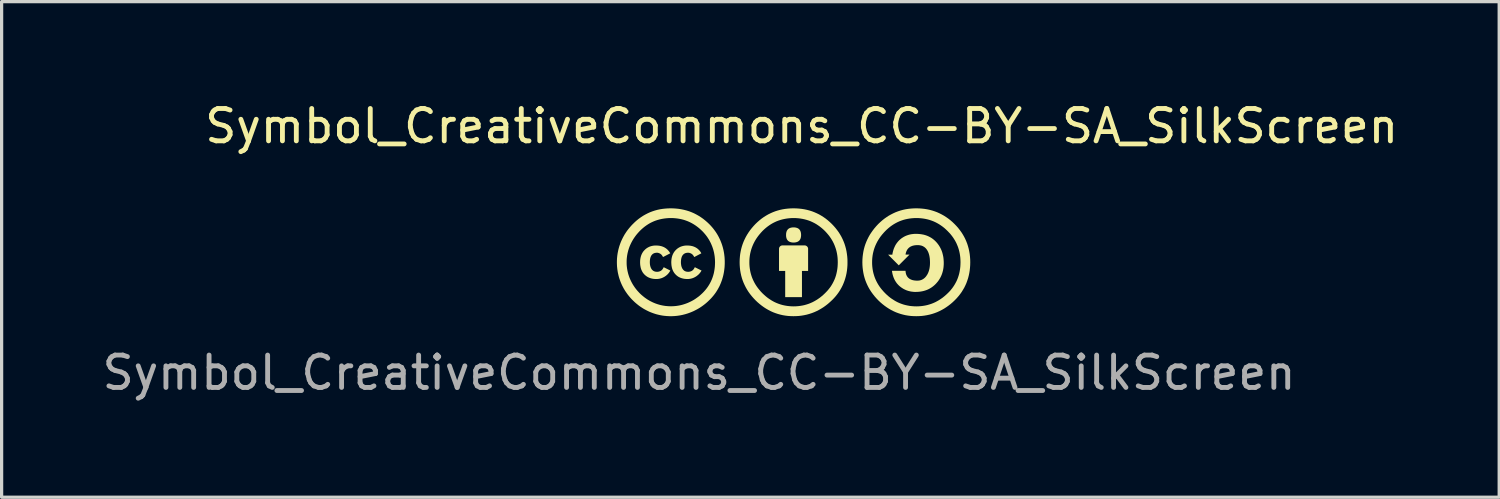
<source format=kicad_pcb>
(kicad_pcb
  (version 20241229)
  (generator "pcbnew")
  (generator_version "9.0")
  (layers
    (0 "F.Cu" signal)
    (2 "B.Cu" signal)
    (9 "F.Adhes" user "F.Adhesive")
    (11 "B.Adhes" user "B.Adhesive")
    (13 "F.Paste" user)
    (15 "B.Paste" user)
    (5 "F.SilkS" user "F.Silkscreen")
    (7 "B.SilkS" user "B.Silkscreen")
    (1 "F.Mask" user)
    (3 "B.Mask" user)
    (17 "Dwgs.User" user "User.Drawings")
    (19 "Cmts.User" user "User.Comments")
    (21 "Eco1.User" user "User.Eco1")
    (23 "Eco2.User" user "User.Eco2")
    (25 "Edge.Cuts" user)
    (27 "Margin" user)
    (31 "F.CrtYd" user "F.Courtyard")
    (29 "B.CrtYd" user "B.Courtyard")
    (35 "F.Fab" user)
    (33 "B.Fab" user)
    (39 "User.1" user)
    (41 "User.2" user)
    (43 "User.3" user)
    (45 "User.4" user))
  (footprint "Symbol_CreativeCommons_CC-BY-SA_SilkScreen"
    (layer "F.Cu")
    (at 16.014 3.388)
    (property "Reference" "Symbol_CreativeCommons_CC-BY-SA_SilkScreen" (at 5.712 -2.54 0) (unlocked yes) (layer "F.SilkS") (effects (font (size 1 1) (thickness 0.15))))
    (attr smd)
    (fp_poly (pts (xy 5.807 1.146) (xy 5.812 1.146) (xy 5.817 1.147) (xy 5.822 1.148) (xy 5.827 1.149) (xy 5.832 1.15) (xy 5.837 1.152) (xy 5.842 1.154) (xy 5.846 1.156) (xy 5.851 1.158) (xy 5.855 1.161) (xy 5.86 1.163) (xy 5.864 1.166) (xy 5.868 1.17) (xy 5.872 1.173) (xy 5.877 1.177) (xy 5.88 1.181) (xy 5.884 1.185) (xy 5.888 1.189) (xy 5.891 1.194) (xy 5.894 1.198) (xy 5.896 1.202) (xy 5.899 1.207) (xy 5.901 1.212) (xy 5.903 1.216) (xy 5.905 1.221) (xy 5.906 1.226) (xy 5.907 1.231) (xy 5.908 1.237) (xy 5.909 1.242) (xy 5.909 1.247) (xy 5.909 1.253) (xy 5.909 1.934) (xy 5.719 1.934) (xy 5.719 2.744) (xy 5.201 2.744) (xy 5.201 1.935) (xy 5.01 1.935) (xy 5.01 1.253) (xy 5.011 1.247) (xy 5.011 1.242) (xy 5.012 1.237) (xy 5.012 1.231) (xy 5.014 1.226) (xy 5.015 1.221) (xy 5.016 1.216) (xy 5.018 1.212) (xy 5.02 1.207) (xy 5.023 1.202) (xy 5.025 1.198) (xy 5.028 1.194) (xy 5.031 1.189) (xy 5.034 1.185) (xy 5.038 1.181) (xy 5.042 1.177) (xy 5.046 1.173) (xy 5.05 1.17) (xy 5.054 1.166) (xy 5.058 1.163) (xy 5.063 1.161) (xy 5.067 1.158) (xy 5.072 1.156) (xy 5.076 1.154) (xy 5.081 1.152) (xy 5.086 1.15) (xy 5.091 1.149) (xy 5.096 1.148) (xy 5.101 1.147) (xy 5.107 1.146) (xy 5.112 1.146) (xy 5.118 1.146) (xy 5.802 1.146)) (stroke (width 0) (type solid)) (fill yes) (layer "F.SilkS"))
    (fp_poly (pts (xy 5.474 0.59) (xy 5.488 0.59) (xy 5.501 0.591) (xy 5.514 0.593) (xy 5.527 0.595) (xy 5.539 0.598) (xy 5.55 0.601) (xy 5.561 0.604) (xy 5.572 0.608) (xy 5.582 0.612) (xy 5.592 0.617) (xy 5.601 0.622) (xy 5.61 0.628) (xy 5.619 0.634) (xy 5.626 0.641) (xy 5.634 0.648) (xy 5.641 0.656) (xy 5.648 0.664) (xy 5.654 0.672) (xy 5.659 0.681) (xy 5.665 0.691) (xy 5.669 0.7) (xy 5.674 0.711) (xy 5.677 0.722) (xy 5.681 0.733) (xy 5.684 0.745) (xy 5.686 0.757) (xy 5.688 0.769) (xy 5.69 0.782) (xy 5.691 0.796) (xy 5.692 0.81) (xy 5.692 0.824) (xy 5.692 0.839) (xy 5.691 0.853) (xy 5.69 0.866) (xy 5.688 0.879) (xy 5.686 0.891) (xy 5.684 0.903) (xy 5.681 0.915) (xy 5.677 0.926) (xy 5.674 0.937) (xy 5.669 0.947) (xy 5.664 0.957) (xy 5.659 0.966) (xy 5.654 0.975) (xy 5.647 0.983) (xy 5.641 0.991) (xy 5.634 0.999) (xy 5.626 1.006) (xy 5.618 1.012) (xy 5.61 1.018) (xy 5.601 1.024) (xy 5.592 1.029) (xy 5.582 1.034) (xy 5.572 1.038) (xy 5.561 1.042) (xy 5.55 1.045) (xy 5.539 1.048) (xy 5.527 1.051) (xy 5.514 1.053) (xy 5.501 1.055) (xy 5.488 1.056) (xy 5.474 1.056) (xy 5.46 1.057) (xy 5.446 1.056) (xy 5.432 1.056) (xy 5.418 1.055) (xy 5.405 1.053) (xy 5.393 1.051) (xy 5.381 1.048) (xy 5.369 1.045) (xy 5.358 1.042) (xy 5.348 1.038) (xy 5.337 1.034) (xy 5.328 1.029) (xy 5.318 1.024) (xy 5.309 1.018) (xy 5.301 1.012) (xy 5.293 1.006) (xy 5.286 0.999) (xy 5.279 0.991) (xy 5.272 0.983) (xy 5.266 0.975) (xy 5.26 0.966) (xy 5.255 0.957) (xy 5.25 0.947) (xy 5.246 0.937) (xy 5.242 0.926) (xy 5.239 0.915) (xy 5.236 0.903) (xy 5.233 0.891) (xy 5.231 0.879) (xy 5.23 0.866) (xy 5.229 0.853) (xy 5.228 0.839) (xy 5.228 0.824) (xy 5.229 0.796) (xy 5.23 0.782) (xy 5.231 0.769) (xy 5.233 0.757) (xy 5.236 0.745) (xy 5.239 0.733) (xy 5.242 0.722) (xy 5.246 0.711) (xy 5.25 0.7) (xy 5.255 0.691) (xy 5.26 0.681) (xy 5.266 0.672) (xy 5.272 0.664) (xy 5.279 0.656) (xy 5.286 0.648) (xy 5.293 0.641) (xy 5.301 0.634) (xy 5.309 0.628) (xy 5.318 0.622) (xy 5.328 0.617) (xy 5.337 0.612) (xy 5.348 0.608) (xy 5.358 0.604) (xy 5.369 0.601) (xy 5.381 0.598) (xy 5.393 0.595) (xy 5.405 0.593) (xy 5.418 0.591) (xy 5.432 0.59) (xy 5.445 0.59) (xy 5.46 0.589)) (stroke (width 0) (type solid)) (fill yes) (layer "F.SilkS"))
    (fp_poly (pts (xy 1.243 1.15) (xy 1.28 1.153) (xy 1.315 1.157) (xy 1.349 1.164) (xy 1.382 1.172) (xy 1.413 1.183) (xy 1.443 1.195) (xy 1.471 1.209) (xy 1.498 1.225) (xy 1.524 1.243) (xy 1.548 1.263) (xy 1.571 1.284) (xy 1.592 1.308) (xy 1.613 1.333) (xy 1.631 1.361) (xy 1.649 1.39) (xy 1.425 1.506) (xy 1.421 1.497) (xy 1.416 1.488) (xy 1.411 1.48) (xy 1.407 1.472) (xy 1.402 1.464) (xy 1.396 1.457) (xy 1.391 1.45) (xy 1.386 1.443) (xy 1.38 1.436) (xy 1.374 1.43) (xy 1.369 1.425) (xy 1.363 1.42) (xy 1.357 1.415) (xy 1.35 1.41) (xy 1.344 1.406) (xy 1.338 1.402) (xy 1.331 1.398) (xy 1.325 1.395) (xy 1.318 1.392) (xy 1.312 1.389) (xy 1.306 1.386) (xy 1.3 1.384) (xy 1.294 1.382) (xy 1.287 1.38) (xy 1.281 1.378) (xy 1.275 1.376) (xy 1.27 1.375) (xy 1.264 1.374) (xy 1.258 1.373) (xy 1.252 1.373) (xy 1.247 1.372) (xy 1.241 1.372) (xy 1.227 1.372) (xy 1.214 1.373) (xy 1.201 1.375) (xy 1.189 1.377) (xy 1.177 1.379) (xy 1.165 1.382) (xy 1.154 1.386) (xy 1.143 1.391) (xy 1.133 1.395) (xy 1.123 1.401) (xy 1.114 1.407) (xy 1.105 1.414) (xy 1.096 1.421) (xy 1.088 1.429) (xy 1.081 1.437) (xy 1.074 1.446) (xy 1.067 1.455) (xy 1.06 1.465) (xy 1.055 1.476) (xy 1.049 1.487) (xy 1.044 1.499) (xy 1.04 1.511) (xy 1.035 1.524) (xy 1.032 1.538) (xy 1.028 1.552) (xy 1.026 1.567) (xy 1.023 1.582) (xy 1.021 1.598) (xy 1.02 1.614) (xy 1.019 1.631) (xy 1.018 1.649) (xy 1.018 1.667) (xy 1.018 1.683) (xy 1.019 1.699) (xy 1.02 1.715) (xy 1.021 1.73) (xy 1.023 1.745) (xy 1.026 1.76) (xy 1.029 1.774) (xy 1.032 1.787) (xy 1.036 1.8) (xy 1.04 1.813) (xy 1.044 1.826) (xy 1.05 1.837) (xy 1.055 1.849) (xy 1.061 1.86) (xy 1.067 1.871) (xy 1.074 1.881) (xy 1.081 1.891) (xy 1.089 1.9) (xy 1.097 1.908) (xy 1.106 1.916) (xy 1.11 1.92) (xy 1.115 1.923) (xy 1.119 1.927) (xy 1.124 1.93) (xy 1.129 1.933) (xy 1.134 1.936) (xy 1.139 1.939) (xy 1.144 1.941) (xy 1.155 1.946) (xy 1.166 1.95) (xy 1.177 1.954) (xy 1.189 1.956) (xy 1.202 1.959) (xy 1.214 1.96) (xy 1.227 1.961) (xy 1.241 1.961) (xy 1.259 1.961) (xy 1.276 1.959) (xy 1.293 1.956) (xy 1.308 1.952) (xy 1.324 1.947) (xy 1.338 1.941) (xy 1.352 1.934) (xy 1.365 1.926) (xy 1.378 1.916) (xy 1.39 1.906) (xy 1.401 1.894) (xy 1.411 1.881) (xy 1.421 1.867) (xy 1.43 1.852) (xy 1.439 1.836) (xy 1.446 1.819) (xy 1.652 1.923) (xy 1.643 1.938) (xy 1.635 1.952) (xy 1.625 1.967) (xy 1.616 1.98) (xy 1.606 1.994) (xy 1.595 2.007) (xy 1.585 2.02) (xy 1.574 2.032) (xy 1.562 2.044) (xy 1.55 2.055) (xy 1.538 2.066) (xy 1.525 2.076) (xy 1.512 2.087) (xy 1.498 2.096) (xy 1.484 2.106) (xy 1.47 2.115) (xy 1.456 2.123) (xy 1.441 2.131) (xy 1.426 2.138) (xy 1.411 2.145) (xy 1.395 2.152) (xy 1.38 2.157) (xy 1.364 2.163) (xy 1.348 2.167) (xy 1.332 2.171) (xy 1.316 2.175) (xy 1.299 2.178) (xy 1.283 2.18) (xy 1.266 2.182) (xy 1.249 2.184) (xy 1.232 2.184) (xy 1.214 2.185) (xy 1.187 2.184) (xy 1.16 2.182) (xy 1.133 2.18) (xy 1.108 2.176) (xy 1.083 2.171) (xy 1.059 2.165) (xy 1.035 2.158) (xy 1.013 2.15) (xy 0.99 2.141) (xy 0.969 2.131) (xy 0.948 2.12) (xy 0.928 2.108) (xy 0.908 2.094) (xy 0.89 2.08) (xy 0.871 2.064) (xy 0.854 2.048) (xy 0.837 2.03) (xy 0.822 2.012) (xy 0.807 1.993) (xy 0.794 1.973) (xy 0.782 1.952) (xy 0.771 1.93) (xy 0.76 1.907) (xy 0.751 1.884) (xy 0.743 1.86) (xy 0.736 1.835) (xy 0.731 1.809) (xy 0.726 1.782) (xy 0.722 1.755) (xy 0.719 1.726) (xy 0.718 1.697) (xy 0.717 1.667) (xy 0.718 1.637) (xy 0.719 1.609) (xy 0.722 1.581) (xy 0.726 1.554) (xy 0.731 1.528) (xy 0.737 1.502) (xy 0.744 1.477) (xy 0.752 1.453) (xy 0.761 1.43) (xy 0.771 1.408) (xy 0.783 1.386) (xy 0.795 1.365) (xy 0.808 1.345) (xy 0.823 1.325) (xy 0.839 1.307) (xy 0.856 1.289) (xy 0.873 1.272) (xy 0.891 1.256) (xy 0.91 1.241) (xy 0.929 1.228) (xy 0.949 1.215) (xy 0.97 1.204) (xy 0.991 1.193) (xy 1.012 1.184) (xy 1.034 1.176) (xy 1.057 1.169) (xy 1.08 1.163) (xy 1.104 1.158) (xy 1.129 1.154) (xy 1.154 1.151) (xy 1.179 1.15) (xy 1.205 1.149)) (stroke (width 0) (type solid)) (fill yes) (layer "F.SilkS"))
    (fp_poly (pts (xy 2.208 1.15) (xy 2.244 1.153) (xy 2.279 1.157) (xy 2.313 1.164) (xy 2.346 1.172) (xy 2.377 1.183) (xy 2.406 1.195) (xy 2.434 1.209) (xy 2.461 1.225) (xy 2.487 1.243) (xy 2.511 1.263) (xy 2.533 1.284) (xy 2.555 1.308) (xy 2.575 1.333) (xy 2.593 1.361) (xy 2.61 1.39) (xy 2.39 1.506) (xy 2.385 1.497) (xy 2.381 1.488) (xy 2.376 1.48) (xy 2.371 1.472) (xy 2.366 1.464) (xy 2.361 1.457) (xy 2.355 1.45) (xy 2.35 1.443) (xy 2.344 1.436) (xy 2.339 1.43) (xy 2.333 1.425) (xy 2.327 1.42) (xy 2.321 1.415) (xy 2.315 1.41) (xy 2.308 1.406) (xy 2.302 1.402) (xy 2.295 1.398) (xy 2.289 1.395) (xy 2.283 1.392) (xy 2.276 1.389) (xy 2.27 1.386) (xy 2.263 1.384) (xy 2.257 1.382) (xy 2.251 1.38) (xy 2.245 1.378) (xy 2.239 1.376) (xy 2.232 1.375) (xy 2.226 1.374) (xy 2.22 1.373) (xy 2.214 1.373) (xy 2.208 1.372) (xy 2.202 1.372) (xy 2.189 1.372) (xy 2.175 1.373) (xy 2.162 1.375) (xy 2.15 1.377) (xy 2.138 1.379) (xy 2.126 1.382) (xy 2.115 1.386) (xy 2.105 1.391) (xy 2.094 1.395) (xy 2.085 1.401) (xy 2.075 1.407) (xy 2.066 1.414) (xy 2.058 1.421) (xy 2.05 1.429) (xy 2.042 1.437) (xy 2.035 1.446) (xy 2.028 1.455) (xy 2.022 1.465) (xy 2.016 1.476) (xy 2.01 1.487) (xy 2.005 1.499) (xy 2.001 1.511) (xy 1.997 1.524) (xy 1.993 1.538) (xy 1.99 1.552) (xy 1.987 1.567) (xy 1.984 1.582) (xy 1.983 1.598) (xy 1.981 1.614) (xy 1.98 1.631) (xy 1.979 1.649) (xy 1.979 1.667) (xy 1.979 1.683) (xy 1.98 1.699) (xy 1.981 1.715) (xy 1.983 1.73) (xy 1.985 1.745) (xy 1.987 1.76) (xy 1.99 1.774) (xy 1.993 1.787) (xy 1.997 1.8) (xy 2.001 1.813) (xy 2.006 1.826) (xy 2.011 1.837) (xy 2.016 1.849) (xy 2.022 1.86) (xy 2.029 1.871) (xy 2.036 1.881) (xy 2.043 1.891) (xy 2.051 1.9) (xy 2.059 1.908) (xy 2.063 1.912) (xy 2.067 1.916) (xy 2.072 1.92) (xy 2.076 1.923) (xy 2.081 1.927) (xy 2.085 1.93) (xy 2.09 1.933) (xy 2.095 1.936) (xy 2.1 1.939) (xy 2.105 1.941) (xy 2.116 1.946) (xy 2.127 1.95) (xy 2.139 1.954) (xy 2.151 1.956) (xy 2.163 1.959) (xy 2.176 1.96) (xy 2.189 1.961) (xy 2.202 1.961) (xy 2.22 1.961) (xy 2.237 1.959) (xy 2.254 1.956) (xy 2.27 1.952) (xy 2.285 1.947) (xy 2.299 1.941) (xy 2.313 1.934) (xy 2.326 1.926) (xy 2.339 1.916) (xy 2.351 1.906) (xy 2.362 1.894) (xy 2.372 1.881) (xy 2.382 1.867) (xy 2.391 1.852) (xy 2.4 1.836) (xy 2.408 1.819) (xy 2.616 1.923) (xy 2.607 1.938) (xy 2.598 1.952) (xy 2.589 1.967) (xy 2.579 1.98) (xy 2.568 1.994) (xy 2.558 2.007) (xy 2.547 2.02) (xy 2.536 2.032) (xy 2.524 2.044) (xy 2.512 2.055) (xy 2.499 2.066) (xy 2.486 2.076) (xy 2.473 2.087) (xy 2.46 2.096) (xy 2.446 2.106) (xy 2.431 2.115) (xy 2.417 2.123) (xy 2.402 2.131) (xy 2.387 2.138) (xy 2.372 2.145) (xy 2.357 2.152) (xy 2.341 2.157) (xy 2.326 2.163) (xy 2.31 2.167) (xy 2.294 2.171) (xy 2.278 2.175) (xy 2.262 2.178) (xy 2.246 2.18) (xy 2.229 2.182) (xy 2.212 2.184) (xy 2.196 2.184) (xy 2.178 2.185) (xy 2.151 2.184) (xy 2.123 2.182) (xy 2.097 2.18) (xy 2.071 2.176) (xy 2.046 2.171) (xy 2.022 2.165) (xy 1.998 2.158) (xy 1.975 2.15) (xy 1.953 2.141) (xy 1.931 2.131) (xy 1.91 2.12) (xy 1.89 2.108) (xy 1.871 2.094) (xy 1.852 2.08) (xy 1.834 2.064) (xy 1.817 2.048) (xy 1.801 2.03) (xy 1.785 2.012) (xy 1.771 1.993) (xy 1.758 1.973) (xy 1.745 1.952) (xy 1.734 1.93) (xy 1.724 1.907) (xy 1.715 1.884) (xy 1.707 1.86) (xy 1.7 1.835) (xy 1.695 1.809) (xy 1.69 1.782) (xy 1.686 1.755) (xy 1.684 1.726) (xy 1.682 1.697) (xy 1.681 1.667) (xy 1.682 1.637) (xy 1.684 1.609) (xy 1.686 1.581) (xy 1.69 1.554) (xy 1.695 1.528) (xy 1.701 1.502) (xy 1.708 1.477) (xy 1.716 1.453) (xy 1.725 1.43) (xy 1.736 1.408) (xy 1.747 1.386) (xy 1.759 1.365) (xy 1.773 1.345) (xy 1.787 1.325) (xy 1.803 1.307) (xy 1.82 1.289) (xy 1.837 1.272) (xy 1.856 1.256) (xy 1.874 1.241) (xy 1.894 1.228) (xy 1.913 1.215) (xy 1.934 1.204) (xy 1.955 1.193) (xy 1.976 1.184) (xy 1.999 1.176) (xy 2.021 1.169) (xy 2.045 1.163) (xy 2.068 1.158) (xy 2.093 1.154) (xy 2.118 1.151) (xy 2.143 1.15) (xy 2.17 1.149)) (stroke (width 0) (type solid)) (fill yes) (layer "F.SilkS"))
    (fp_poly (pts (xy 9.292 0.79) (xy 9.34 0.793) (xy 9.386 0.798) (xy 9.43 0.805) (xy 9.474 0.813) (xy 9.516 0.824) (xy 9.557 0.837) (xy 9.597 0.852) (xy 9.635 0.869) (xy 9.672 0.888) (xy 9.708 0.908) (xy 9.743 0.931) (xy 9.776 0.956) (xy 9.808 0.982) (xy 9.839 1.011) (xy 9.869 1.042) (xy 9.897 1.074) (xy 9.923 1.107) (xy 9.948 1.142) (xy 9.97 1.177) (xy 9.991 1.214) (xy 10.01 1.251) (xy 10.028 1.29) (xy 10.043 1.33) (xy 10.057 1.371) (xy 10.068 1.414) (xy 10.078 1.457) (xy 10.087 1.501) (xy 10.093 1.547) (xy 10.097 1.594) (xy 10.1 1.642) (xy 10.101 1.69) (xy 10.1 1.738) (xy 10.097 1.784) (xy 10.093 1.83) (xy 10.086 1.874) (xy 10.078 1.918) (xy 10.067 1.96) (xy 10.055 2.002) (xy 10.041 2.042) (xy 10.025 2.081) (xy 10.007 2.12) (xy 9.987 2.157) (xy 9.966 2.193) (xy 9.942 2.229) (xy 9.917 2.263) (xy 9.889 2.296) (xy 9.86 2.329) (xy 9.829 2.36) (xy 9.798 2.388) (xy 9.765 2.415) (xy 9.731 2.44) (xy 9.695 2.463) (xy 9.659 2.484) (xy 9.622 2.503) (xy 9.583 2.52) (xy 9.544 2.534) (xy 9.503 2.547) (xy 9.461 2.558) (xy 9.418 2.567) (xy 9.374 2.574) (xy 9.329 2.579) (xy 9.282 2.582) (xy 9.235 2.583) (xy 9.2 2.583) (xy 9.166 2.581) (xy 9.132 2.577) (xy 9.098 2.573) (xy 9.066 2.567) (xy 9.034 2.559) (xy 9.002 2.551) (xy 8.972 2.541) (xy 8.941 2.53) (xy 8.912 2.517) (xy 8.883 2.503) (xy 8.854 2.488) (xy 8.827 2.471) (xy 8.799 2.453) (xy 8.773 2.434) (xy 8.747 2.414) (xy 8.722 2.392) (xy 8.698 2.369) (xy 8.676 2.345) (xy 8.654 2.32) (xy 8.635 2.294) (xy 8.616 2.266) (xy 8.599 2.238) (xy 8.582 2.208) (xy 8.568 2.178) (xy 8.554 2.146) (xy 8.542 2.113) (xy 8.531 2.079) (xy 8.521 2.044) (xy 8.513 2.007) (xy 8.506 1.97) (xy 8.5 1.931) (xy 8.92 1.931) (xy 8.921 1.95) (xy 8.923 1.968) (xy 8.925 1.986) (xy 8.929 2.003) (xy 8.932 2.019) (xy 8.937 2.035) (xy 8.942 2.05) (xy 8.948 2.064) (xy 8.955 2.078) (xy 8.962 2.092) (xy 8.97 2.104) (xy 8.978 2.116) (xy 8.987 2.128) (xy 8.997 2.139) (xy 9.007 2.149) (xy 9.019 2.159) (xy 9.03 2.168) (xy 9.043 2.177) (xy 9.056 2.185) (xy 9.07 2.192) (xy 9.084 2.199) (xy 9.099 2.205) (xy 9.115 2.211) (xy 9.131 2.216) (xy 9.148 2.221) (xy 9.166 2.224) (xy 9.184 2.228) (xy 9.203 2.23) (xy 9.223 2.232) (xy 9.243 2.234) (xy 9.264 2.235) (xy 9.286 2.235) (xy 9.307 2.234) (xy 9.329 2.233) (xy 9.349 2.23) (xy 9.369 2.226) (xy 9.389 2.22) (xy 9.408 2.214) (xy 9.426 2.206) (xy 9.444 2.197) (xy 9.462 2.187) (xy 9.478 2.176) (xy 9.495 2.163) (xy 9.511 2.15) (xy 9.526 2.135) (xy 9.541 2.119) (xy 9.555 2.102) (xy 9.568 2.083) (xy 9.581 2.064) (xy 9.594 2.044) (xy 9.605 2.023) (xy 9.615 2.001) (xy 9.625 1.979) (xy 9.634 1.955) (xy 9.642 1.931) (xy 9.649 1.906) (xy 9.655 1.881) (xy 9.661 1.854) (xy 9.665 1.827) (xy 9.669 1.799) (xy 9.672 1.77) (xy 9.674 1.74) (xy 9.675 1.71) (xy 9.676 1.679) (xy 9.675 1.646) (xy 9.674 1.614) (xy 9.672 1.584) (xy 9.67 1.554) (xy 9.666 1.525) (xy 9.662 1.498) (xy 9.657 1.471) (xy 9.651 1.445) (xy 9.645 1.421) (xy 9.637 1.397) (xy 9.629 1.374) (xy 9.62 1.352) (xy 9.611 1.332) (xy 9.6 1.312) (xy 9.589 1.293) (xy 9.577 1.275) (xy 9.565 1.259) (xy 9.552 1.243) (xy 9.538 1.228) (xy 9.523 1.215) (xy 9.508 1.202) (xy 9.492 1.191) (xy 9.475 1.181) (xy 9.458 1.171) (xy 9.44 1.163) (xy 9.421 1.156) (xy 9.402 1.15) (xy 9.382 1.146) (xy 9.361 1.142) (xy 9.339 1.139) (xy 9.317 1.137) (xy 9.295 1.137) (xy 9.254 1.138) (xy 9.216 1.141) (xy 9.18 1.147) (xy 9.146 1.155) (xy 9.13 1.16) (xy 9.115 1.166) (xy 9.1 1.172) (xy 9.086 1.178) (xy 9.072 1.185) (xy 9.059 1.193) (xy 9.046 1.202) (xy 9.034 1.211) (xy 9.023 1.22) (xy 9.012 1.23) (xy 9.002 1.241) (xy 8.992 1.252) (xy 8.983 1.264) (xy 8.974 1.276) (xy 8.966 1.289) (xy 8.959 1.303) (xy 8.952 1.317) (xy 8.946 1.331) (xy 8.94 1.347) (xy 8.935 1.362) (xy 8.93 1.379) (xy 8.926 1.396) (xy 8.92 1.431) (xy 9.042 1.431) (xy 8.711 1.762) (xy 8.381 1.431) (xy 8.512 1.432) (xy 8.518 1.394) (xy 8.526 1.357) (xy 8.535 1.321) (xy 8.545 1.287) (xy 8.556 1.253) (xy 8.569 1.221) (xy 8.583 1.19) (xy 8.597 1.16) (xy 8.613 1.13) (xy 8.631 1.102) (xy 8.649 1.075) (xy 8.669 1.05) (xy 8.689 1.025) (xy 8.711 1.001) (xy 8.734 0.978) (xy 8.759 0.957) (xy 8.784 0.936) (xy 8.81 0.917) (xy 8.837 0.9) (xy 8.864 0.883) (xy 8.892 0.868) (xy 8.921 0.854) (xy 8.95 0.842) (xy 8.98 0.831) (xy 9.01 0.821) (xy 9.042 0.812) (xy 9.074 0.805) (xy 9.106 0.799) (xy 9.14 0.795) (xy 9.174 0.791) (xy 9.209 0.789) (xy 9.244 0.789)) (stroke (width 0) (type solid)) (fill yes) (layer "F.SilkS"))
    (fp_poly (pts (xy 9.337 0.002) (xy 9.421 0.008) (xy 9.505 0.017) (xy 9.586 0.03) (xy 9.666 0.047) (xy 9.744 0.068) (xy 9.821 0.093) (xy 9.896 0.121) (xy 9.969 0.154) (xy 10.04 0.19) (xy 10.11 0.229) (xy 10.178 0.273) (xy 10.245 0.32) (xy 10.31 0.371) (xy 10.373 0.426) (xy 10.434 0.485) (xy 10.493 0.546) (xy 10.548 0.609) (xy 10.599 0.674) (xy 10.647 0.74) (xy 10.69 0.808) (xy 10.73 0.877) (xy 10.766 0.949) (xy 10.798 1.022) (xy 10.827 1.096) (xy 10.851 1.173) (xy 10.872 1.251) (xy 10.889 1.331) (xy 10.903 1.412) (xy 10.912 1.495) (xy 10.918 1.58) (xy 10.92 1.667) (xy 10.918 1.753) (xy 10.912 1.838) (xy 10.903 1.921) (xy 10.89 2.002) (xy 10.873 2.082) (xy 10.853 2.159) (xy 10.828 2.235) (xy 10.801 2.31) (xy 10.769 2.382) (xy 10.734 2.453) (xy 10.694 2.521) (xy 10.652 2.589) (xy 10.605 2.654) (xy 10.555 2.717) (xy 10.501 2.779) (xy 10.443 2.839) (xy 10.38 2.899) (xy 10.315 2.955) (xy 10.248 3.007) (xy 10.18 3.055) (xy 10.111 3.1) (xy 10.04 3.14) (xy 9.967 3.177) (xy 9.894 3.21) (xy 9.818 3.239) (xy 9.741 3.264) (xy 9.663 3.285) (xy 9.583 3.302) (xy 9.502 3.316) (xy 9.42 3.326) (xy 9.336 3.331) (xy 9.25 3.333) (xy 9.166 3.331) (xy 9.084 3.326) (xy 9.003 3.316) (xy 8.923 3.303) (xy 8.845 3.285) (xy 8.768 3.264) (xy 8.693 3.239) (xy 8.619 3.211) (xy 8.546 3.178) (xy 8.475 3.142) (xy 8.405 3.101) (xy 8.337 3.057) (xy 8.27 3.009) (xy 8.204 2.957) (xy 8.14 2.902) (xy 8.077 2.842) (xy 8.018 2.78) (xy 7.962 2.716) (xy 7.911 2.651) (xy 7.863 2.585) (xy 7.818 2.516) (xy 7.778 2.447) (xy 7.742 2.376) (xy 7.709 2.303) (xy 7.68 2.229) (xy 7.655 2.153) (xy 7.634 2.076) (xy 7.617 1.997) (xy 7.604 1.917) (xy 7.594 1.835) (xy 7.588 1.752) (xy 7.586 1.667) (xy 7.586 1.667) (xy 7.887 1.667) (xy 7.888 1.736) (xy 7.893 1.803) (xy 7.901 1.87) (xy 7.912 1.935) (xy 7.926 1.999) (xy 7.944 2.062) (xy 7.964 2.124) (xy 7.988 2.185) (xy 8.015 2.244) (xy 8.045 2.302) (xy 8.078 2.359) (xy 8.114 2.414) (xy 8.154 2.469) (xy 8.197 2.522) (xy 8.243 2.574) (xy 8.292 2.625) (xy 8.343 2.674) (xy 8.395 2.72) (xy 8.449 2.763) (xy 8.504 2.802) (xy 8.56 2.838) (xy 8.617 2.872) (xy 8.675 2.902) (xy 8.735 2.929) (xy 8.796 2.952) (xy 8.858 2.973) (xy 8.921 2.99) (xy 8.986 3.004) (xy 9.051 3.016) (xy 9.118 3.023) (xy 9.186 3.028) (xy 9.256 3.03) (xy 9.325 3.028) (xy 9.393 3.023) (xy 9.459 3.015) (xy 9.525 3.004) (xy 9.59 2.99) (xy 9.653 2.972) (xy 9.715 2.952) (xy 9.777 2.928) (xy 9.837 2.901) (xy 9.896 2.87) (xy 9.954 2.837) (xy 10.01 2.8) (xy 10.066 2.761) (xy 10.12 2.718) (xy 10.174 2.671) (xy 10.226 2.622) (xy 10.274 2.574) (xy 10.318 2.524) (xy 10.36 2.472) (xy 10.398 2.419) (xy 10.433 2.365) (xy 10.465 2.309) (xy 10.495 2.252) (xy 10.521 2.193) (xy 10.544 2.132) (xy 10.564 2.07) (xy 10.581 2.007) (xy 10.594 1.942) (xy 10.605 1.875) (xy 10.613 1.807) (xy 10.617 1.738) (xy 10.619 1.667) (xy 10.617 1.596) (xy 10.613 1.527) (xy 10.605 1.459) (xy 10.594 1.392) (xy 10.58 1.327) (xy 10.563 1.263) (xy 10.543 1.201) (xy 10.519 1.14) (xy 10.493 1.08) (xy 10.463 1.022) (xy 10.43 0.965) (xy 10.395 0.91) (xy 10.356 0.856) (xy 10.314 0.803) (xy 10.268 0.752) (xy 10.22 0.702) (xy 10.17 0.654) (xy 10.119 0.608) (xy 10.066 0.566) (xy 10.011 0.527) (xy 9.956 0.491) (xy 9.899 0.458) (xy 9.841 0.428) (xy 9.781 0.401) (xy 9.72 0.378) (xy 9.658 0.357) (xy 9.594 0.34) (xy 9.529 0.326) (xy 9.463 0.315) (xy 9.395 0.307) (xy 9.326 0.302) (xy 9.256 0.301) (xy 9.186 0.302) (xy 9.117 0.307) (xy 9.049 0.315) (xy 8.983 0.326) (xy 8.918 0.34) (xy 8.854 0.357) (xy 8.792 0.378) (xy 8.731 0.401) (xy 8.672 0.428) (xy 8.614 0.458) (xy 8.557 0.491) (xy 8.502 0.527) (xy 8.448 0.566) (xy 8.396 0.608) (xy 8.344 0.654) (xy 8.295 0.702) (xy 8.245 0.755) (xy 8.199 0.808) (xy 8.156 0.862) (xy 8.116 0.918) (xy 8.08 0.974) (xy 8.046 1.032) (xy 8.016 1.091) (xy 7.989 1.15) (xy 7.965 1.211) (xy 7.944 1.273) (xy 7.927 1.336) (xy 7.912 1.4) (xy 7.901 1.465) (xy 7.893 1.531) (xy 7.888 1.598) (xy 7.887 1.667) (xy 7.586 1.667) (xy 7.588 1.582) (xy 7.594 1.499) (xy 7.604 1.418) (xy 7.617 1.337) (xy 7.634 1.259) (xy 7.655 1.181) (xy 7.68 1.105) (xy 7.709 1.031) (xy 7.742 0.957) (xy 7.778 0.886) (xy 7.818 0.815) (xy 7.863 0.747) (xy 7.911 0.679) (xy 7.962 0.613) (xy 8.018 0.548) (xy 8.077 0.485) (xy 8.139 0.426) (xy 8.202 0.371) (xy 8.266 0.32) (xy 8.333 0.273) (xy 8.4 0.229) (xy 8.47 0.19) (xy 8.541 0.154) (xy 8.613 0.121) (xy 8.687 0.093) (xy 8.763 0.068) (xy 8.84 0.047) (xy 8.919 0.03) (xy 8.999 0.017) (xy 9.081 0.008) (xy 9.165 0.002) (xy 9.25 0)) (stroke (width 0) (type solid)) (fill yes) (layer "F.SilkS"))
    (fp_poly (pts (xy 5.457 0) (xy 5.544 0.002) (xy 5.629 0.008) (xy 5.712 0.017) (xy 5.794 0.03) (xy 5.874 0.047) (xy 5.953 0.068) (xy 6.029 0.092) (xy 6.104 0.121) (xy 6.177 0.153) (xy 6.249 0.188) (xy 6.318 0.228) (xy 6.386 0.271) (xy 6.453 0.318) (xy 6.517 0.369) (xy 6.58 0.424) (xy 6.641 0.482) (xy 6.7 0.544) (xy 6.755 0.607) (xy 6.806 0.672) (xy 6.854 0.738) (xy 6.897 0.806) (xy 6.937 0.876) (xy 6.973 0.948) (xy 7.005 1.021) (xy 7.034 1.096) (xy 7.058 1.172) (xy 7.079 1.25) (xy 7.096 1.33) (xy 7.109 1.412) (xy 7.119 1.495) (xy 7.125 1.58) (xy 7.126 1.667) (xy 7.125 1.754) (xy 7.119 1.839) (xy 7.11 1.922) (xy 7.097 2.003) (xy 7.08 2.083) (xy 7.059 2.16) (xy 7.035 2.236) (xy 7.007 2.31) (xy 6.976 2.382) (xy 6.94 2.453) (xy 6.901 2.521) (xy 6.859 2.588) (xy 6.812 2.653) (xy 6.762 2.716) (xy 6.708 2.777) (xy 6.65 2.836) (xy 6.586 2.896) (xy 6.521 2.953) (xy 6.454 3.005) (xy 6.386 3.054) (xy 6.316 3.098) (xy 6.245 3.139) (xy 6.173 3.176) (xy 6.099 3.209) (xy 6.024 3.238) (xy 5.947 3.263) (xy 5.869 3.285) (xy 5.789 3.302) (xy 5.708 3.316) (xy 5.626 3.326) (xy 5.542 3.331) (xy 5.457 3.333) (xy 5.373 3.331) (xy 5.291 3.326) (xy 5.21 3.316) (xy 5.13 3.303) (xy 5.052 3.285) (xy 4.975 3.264) (xy 4.9 3.239) (xy 4.826 3.211) (xy 4.753 3.178) (xy 4.682 3.141) (xy 4.612 3.101) (xy 4.544 3.057) (xy 4.477 3.009) (xy 4.411 2.957) (xy 4.347 2.902) (xy 4.284 2.842) (xy 4.225 2.78) (xy 4.169 2.716) (xy 4.117 2.651) (xy 4.069 2.585) (xy 4.025 2.516) (xy 3.985 2.447) (xy 3.949 2.375) (xy 3.916 2.303) (xy 3.887 2.229) (xy 3.862 2.153) (xy 3.841 2.076) (xy 3.824 1.997) (xy 3.81 1.917) (xy 3.801 1.835) (xy 3.795 1.751) (xy 3.793 1.667) (xy 4.094 1.667) (xy 4.095 1.735) (xy 4.1 1.803) (xy 4.108 1.869) (xy 4.119 1.934) (xy 4.133 1.998) (xy 4.151 2.061) (xy 4.171 2.123) (xy 4.195 2.183) (xy 4.222 2.242) (xy 4.252 2.301) (xy 4.285 2.358) (xy 4.321 2.413) (xy 4.361 2.468) (xy 4.404 2.521) (xy 4.449 2.574) (xy 4.498 2.625) (xy 4.55 2.674) (xy 4.602 2.72) (xy 4.656 2.763) (xy 4.71 2.802) (xy 4.766 2.838) (xy 4.824 2.872) (xy 4.882 2.902) (xy 4.942 2.929) (xy 5.003 2.952) (xy 5.065 2.973) (xy 5.128 2.99) (xy 5.193 3.004) (xy 5.258 3.015) (xy 5.325 3.023) (xy 5.393 3.028) (xy 5.463 3.03) (xy 5.532 3.028) (xy 5.6 3.023) (xy 5.666 3.015) (xy 5.732 3.004) (xy 5.797 2.99) (xy 5.86 2.972) (xy 5.922 2.952) (xy 5.983 2.928) (xy 6.044 2.901) (xy 6.103 2.87) (xy 6.16 2.837) (xy 6.217 2.8) (xy 6.273 2.761) (xy 6.327 2.718) (xy 6.381 2.671) (xy 6.433 2.622) (xy 6.48 2.574) (xy 6.525 2.524) (xy 6.566 2.473) (xy 6.605 2.421) (xy 6.64 2.366) (xy 6.672 2.31) (xy 6.701 2.253) (xy 6.728 2.194) (xy 6.751 2.134) (xy 6.771 2.072) (xy 6.787 2.008) (xy 6.801 1.943) (xy 6.812 1.876) (xy 6.82 1.808) (xy 6.824 1.738) (xy 6.826 1.667) (xy 6.824 1.596) (xy 6.82 1.527) (xy 6.812 1.459) (xy 6.801 1.393) (xy 6.787 1.328) (xy 6.77 1.264) (xy 6.749 1.202) (xy 6.726 1.141) (xy 6.7 1.081) (xy 6.67 1.022) (xy 6.637 0.965) (xy 6.601 0.909) (xy 6.563 0.855) (xy 6.52 0.802) (xy 6.475 0.75) (xy 6.427 0.699) (xy 6.377 0.651) (xy 6.325 0.606) (xy 6.272 0.564) (xy 6.217 0.525) (xy 6.162 0.489) (xy 6.104 0.456) (xy 6.046 0.427) (xy 5.987 0.4) (xy 5.926 0.377) (xy 5.863 0.357) (xy 5.8 0.34) (xy 5.735 0.326) (xy 5.669 0.315) (xy 5.602 0.307) (xy 5.533 0.302) (xy 5.463 0.301) (xy 5.392 0.302) (xy 5.323 0.307) (xy 5.256 0.315) (xy 5.19 0.326) (xy 5.125 0.34) (xy 5.061 0.357) (xy 4.999 0.377) (xy 4.938 0.4) (xy 4.879 0.427) (xy 4.821 0.456) (xy 4.764 0.489) (xy 4.709 0.525) (xy 4.655 0.564) (xy 4.602 0.606) (xy 4.551 0.651) (xy 4.501 0.699) (xy 4.452 0.752) (xy 4.406 0.806) (xy 4.363 0.86) (xy 4.323 0.916) (xy 4.286 0.973) (xy 4.253 1.031) (xy 4.223 1.09) (xy 4.196 1.15) (xy 4.172 1.211) (xy 4.151 1.273) (xy 4.134 1.336) (xy 4.119 1.4) (xy 4.108 1.465) (xy 4.1 1.531) (xy 4.095 1.598) (xy 4.094 1.667) (xy 3.793 1.667) (xy 3.793 1.667) (xy 3.795 1.582) (xy 3.801 1.498) (xy 3.81 1.416) (xy 3.824 1.336) (xy 3.841 1.257) (xy 3.862 1.179) (xy 3.887 1.103) (xy 3.916 1.028) (xy 3.949 0.955) (xy 3.985 0.883) (xy 4.025 0.813) (xy 4.069 0.744) (xy 4.117 0.676) (xy 4.169 0.61) (xy 4.225 0.545) (xy 4.284 0.482) (xy 4.345 0.424) (xy 4.408 0.369) (xy 4.472 0.318) (xy 4.538 0.271) (xy 4.606 0.228) (xy 4.675 0.188) (xy 4.746 0.153) (xy 4.818 0.121) (xy 4.893 0.092) (xy 4.968 0.068) (xy 5.046 0.047) (xy 5.125 0.03) (xy 5.205 0.017) (xy 5.287 0.008) (xy 5.371 0.002) (xy 5.457 0)) (stroke (width 0) (type solid)) (fill yes) (layer "F.SilkS"))
    (fp_poly (pts (xy 1.664 0) (xy 1.75 0.002) (xy 1.835 0.008) (xy 1.919 0.017) (xy 2 0.031) (xy 2.08 0.048) (xy 2.159 0.069) (xy 2.236 0.093) (xy 2.311 0.122) (xy 2.384 0.154) (xy 2.456 0.191) (xy 2.527 0.231) (xy 2.596 0.275) (xy 2.663 0.322) (xy 2.728 0.374) (xy 2.792 0.429) (xy 2.854 0.488) (xy 2.883 0.518) (xy 2.911 0.548) (xy 2.938 0.579) (xy 2.965 0.61) (xy 2.99 0.642) (xy 3.014 0.674) (xy 3.038 0.707) (xy 3.061 0.74) (xy 3.083 0.774) (xy 3.104 0.808) (xy 3.124 0.843) (xy 3.143 0.878) (xy 3.161 0.914) (xy 3.179 0.951) (xy 3.196 0.988) (xy 3.211 1.025) (xy 3.226 1.063) (xy 3.24 1.101) (xy 3.253 1.14) (xy 3.265 1.179) (xy 3.276 1.218) (xy 3.286 1.257) (xy 3.295 1.297) (xy 3.303 1.337) (xy 3.31 1.377) (xy 3.316 1.417) (xy 3.321 1.458) (xy 3.326 1.499) (xy 3.329 1.541) (xy 3.331 1.582) (xy 3.333 1.624) (xy 3.333 1.667) (xy 3.333 1.709) (xy 3.331 1.752) (xy 3.329 1.794) (xy 3.326 1.835) (xy 3.321 1.876) (xy 3.316 1.917) (xy 3.31 1.958) (xy 3.303 1.998) (xy 3.295 2.038) (xy 3.286 2.078) (xy 3.276 2.117) (xy 3.265 2.156) (xy 3.254 2.194) (xy 3.241 2.233) (xy 3.227 2.27) (xy 3.213 2.308) (xy 3.197 2.345) (xy 3.181 2.382) (xy 3.164 2.418) (xy 3.145 2.453) (xy 3.126 2.488) (xy 3.106 2.522) (xy 3.085 2.556) (xy 3.064 2.59) (xy 3.041 2.622) (xy 3.017 2.655) (xy 2.993 2.686) (xy 2.967 2.717) (xy 2.941 2.748) (xy 2.914 2.778) (xy 2.886 2.807) (xy 2.857 2.836) (xy 2.826 2.866) (xy 2.795 2.895) (xy 2.763 2.923) (xy 2.731 2.95) (xy 2.698 2.976) (xy 2.665 3.001) (xy 2.631 3.026) (xy 2.597 3.049) (xy 2.562 3.072) (xy 2.527 3.093) (xy 2.491 3.114) (xy 2.454 3.134) (xy 2.417 3.153) (xy 2.38 3.172) (xy 2.342 3.189) (xy 2.304 3.205) (xy 2.265 3.221) (xy 2.226 3.235) (xy 2.187 3.249) (xy 2.147 3.261) (xy 2.108 3.273) (xy 2.068 3.283) (xy 2.029 3.293) (xy 1.989 3.301) (xy 1.949 3.309) (xy 1.909 3.315) (xy 1.868 3.321) (xy 1.828 3.325) (xy 1.787 3.329) (xy 1.746 3.331) (xy 1.705 3.333) (xy 1.664 3.333) (xy 1.623 3.333) (xy 1.582 3.331) (xy 1.541 3.329) (xy 1.5 3.325) (xy 1.46 3.321) (xy 1.42 3.316) (xy 1.38 3.309) (xy 1.34 3.302) (xy 1.301 3.293) (xy 1.262 3.284) (xy 1.223 3.274) (xy 1.184 3.262) (xy 1.146 3.25) (xy 1.107 3.236) (xy 1.069 3.222) (xy 1.031 3.207) (xy 0.994 3.191) (xy 0.957 3.173) (xy 0.92 3.155) (xy 0.884 3.136) (xy 0.849 3.117) (xy 0.813 3.096) (xy 0.779 3.074) (xy 0.745 3.052) (xy 0.711 3.029) (xy 0.678 3.005) (xy 0.645 2.979) (xy 0.613 2.953) (xy 0.582 2.927) (xy 0.55 2.899) (xy 0.52 2.87) (xy 0.49 2.841) (xy 0.46 2.811) (xy 0.431 2.78) (xy 0.404 2.749) (xy 0.377 2.717) (xy 0.351 2.685) (xy 0.326 2.653) (xy 0.302 2.619) (xy 0.279 2.586) (xy 0.256 2.552) (xy 0.235 2.517) (xy 0.214 2.483) (xy 0.195 2.447) (xy 0.176 2.411) (xy 0.158 2.375) (xy 0.141 2.338) (xy 0.125 2.301) (xy 0.11 2.263) (xy 0.096 2.225) (xy 0.083 2.187) (xy 0.07 2.148) (xy 0.059 2.11) (xy 0.049 2.071) (xy 0.04 2.031) (xy 0.031 1.992) (xy 0.024 1.952) (xy 0.018 1.912) (xy 0.012 1.872) (xy 0.008 1.831) (xy 0.004 1.791) (xy 0.002 1.749) (xy 0.000489 1.708) (xy 0.000001 1.667) (xy 0.301 1.667) (xy 0.301 1.7) (xy 0.302 1.733) (xy 0.304 1.766) (xy 0.307 1.799) (xy 0.311 1.832) (xy 0.315 1.865) (xy 0.321 1.897) (xy 0.327 1.93) (xy 0.334 1.962) (xy 0.342 1.994) (xy 0.35 2.026) (xy 0.36 2.058) (xy 0.37 2.089) (xy 0.381 2.121) (xy 0.393 2.152) (xy 0.406 2.183) (xy 0.42 2.214) (xy 0.434 2.244) (xy 0.449 2.274) (xy 0.465 2.304) (xy 0.481 2.333) (xy 0.498 2.362) (xy 0.516 2.39) (xy 0.535 2.418) (xy 0.554 2.446) (xy 0.574 2.473) (xy 0.594 2.499) (xy 0.616 2.526) (xy 0.638 2.552) (xy 0.661 2.577) (xy 0.684 2.602) (xy 0.708 2.627) (xy 0.733 2.651) (xy 0.758 2.674) (xy 0.784 2.696) (xy 0.81 2.718) (xy 0.836 2.739) (xy 0.863 2.76) (xy 0.89 2.779) (xy 0.917 2.798) (xy 0.945 2.817) (xy 0.974 2.834) (xy 1.002 2.851) (xy 1.031 2.867) (xy 1.061 2.882) (xy 1.091 2.897) (xy 1.121 2.911) (xy 1.152 2.924) (xy 1.183 2.937) (xy 1.214 2.948) (xy 1.245 2.959) (xy 1.277 2.969) (xy 1.308 2.978) (xy 1.34 2.987) (xy 1.372 2.994) (xy 1.405 3.001) (xy 1.437 3.007) (xy 1.47 3.012) (xy 1.503 3.017) (xy 1.536 3.02) (xy 1.569 3.023) (xy 1.602 3.025) (xy 1.636 3.026) (xy 1.67 3.027) (xy 1.703 3.026) (xy 1.736 3.025) (xy 1.769 3.023) (xy 1.803 3.02) (xy 1.835 3.017) (xy 1.868 3.012) (xy 1.901 3.007) (xy 1.933 3.001) (xy 1.966 2.994) (xy 1.998 2.986) (xy 2.03 2.978) (xy 2.062 2.968) (xy 2.094 2.958) (xy 2.126 2.947) (xy 2.158 2.935) (xy 2.189 2.923) (xy 2.22 2.909) (xy 2.251 2.895) (xy 2.282 2.88) (xy 2.312 2.865) (xy 2.341 2.849) (xy 2.371 2.832) (xy 2.4 2.814) (xy 2.428 2.796) (xy 2.456 2.776) (xy 2.484 2.756) (xy 2.512 2.736) (xy 2.539 2.715) (xy 2.565 2.693) (xy 2.591 2.67) (xy 2.617 2.646) (xy 2.643 2.622) (xy 2.69 2.574) (xy 2.734 2.524) (xy 2.775 2.473) (xy 2.813 2.42) (xy 2.848 2.365) (xy 2.88 2.309) (xy 2.909 2.252) (xy 2.935 2.193) (xy 2.958 2.132) (xy 2.978 2.07) (xy 2.995 2.007) (xy 3.008 1.942) (xy 3.019 1.875) (xy 3.027 1.807) (xy 3.031 1.738) (xy 3.033 1.667) (xy 3.032 1.632) (xy 3.031 1.598) (xy 3.029 1.564) (xy 3.026 1.53) (xy 3.023 1.497) (xy 3.018 1.463) (xy 3.013 1.43) (xy 3.007 1.397) (xy 3.001 1.365) (xy 2.993 1.332) (xy 2.985 1.3) (xy 2.976 1.268) (xy 2.966 1.237) (xy 2.955 1.205) (xy 2.944 1.174) (xy 2.931 1.143) (xy 2.918 1.112) (xy 2.905 1.082) (xy 2.89 1.052) (xy 2.875 1.023) (xy 2.859 0.994) (xy 2.843 0.965) (xy 2.825 0.937) (xy 2.807 0.909) (xy 2.789 0.882) (xy 2.769 0.855) (xy 2.749 0.829) (xy 2.728 0.803) (xy 2.706 0.777) (xy 2.684 0.752) (xy 2.661 0.727) (xy 2.637 0.702) (xy 2.586 0.654) (xy 2.534 0.608) (xy 2.48 0.566) (xy 2.426 0.527) (xy 2.37 0.491) (xy 2.313 0.458) (xy 2.254 0.428) (xy 2.194 0.401) (xy 2.133 0.378) (xy 2.071 0.357) (xy 2.007 0.34) (xy 1.942 0.326) (xy 1.876 0.315) (xy 1.808 0.307) (xy 1.74 0.302) (xy 1.67 0.301) (xy 1.599 0.302) (xy 1.53 0.307) (xy 1.462 0.315) (xy 1.395 0.326) (xy 1.33 0.34) (xy 1.267 0.357) (xy 1.204 0.377) (xy 1.144 0.4) (xy 1.084 0.427) (xy 1.026 0.456) (xy 0.97 0.489) (xy 0.915 0.525) (xy 0.861 0.564) (xy 0.809 0.606) (xy 0.758 0.651) (xy 0.708 0.699) (xy 0.684 0.725) (xy 0.661 0.75) (xy 0.638 0.776) (xy 0.616 0.802) (xy 0.594 0.829) (xy 0.574 0.856) (xy 0.554 0.883) (xy 0.535 0.911) (xy 0.516 0.939) (xy 0.498 0.968) (xy 0.481 0.997) (xy 0.465 1.026) (xy 0.449 1.056) (xy 0.434 1.086) (xy 0.42 1.116) (xy 0.406 1.147) (xy 0.393 1.178) (xy 0.381 1.21) (xy 0.37 1.241) (xy 0.36 1.273) (xy 0.35 1.305) (xy 0.342 1.337) (xy 0.334 1.369) (xy 0.327 1.401) (xy 0.321 1.434) (xy 0.315 1.467) (xy 0.311 1.5) (xy 0.307 1.533) (xy 0.304 1.566) (xy 0.302 1.599) (xy 0.301 1.633) (xy 0.301 1.667) (xy 0.000001 1.667) (xy 0 1.667) (xy 0.000494 1.625) (xy 0.002 1.584) (xy 0.004 1.544) (xy 0.008 1.503) (xy 0.012 1.463) (xy 0.018 1.422) (xy 0.024 1.382) (xy 0.032 1.343) (xy 0.04 1.303) (xy 0.049 1.264) (xy 0.06 1.224) (xy 0.071 1.185) (xy 0.083 1.147) (xy 0.097 1.108) (xy 0.111 1.069) (xy 0.126 1.031) (xy 0.143 0.993) (xy 0.16 0.956) (xy 0.178 0.919) (xy 0.197 0.883) (xy 0.217 0.847) (xy 0.237 0.811) (xy 0.259 0.777) (xy 0.282 0.742) (xy 0.305 0.708) (xy 0.329 0.675) (xy 0.355 0.642) (xy 0.381 0.61) (xy 0.408 0.578) (xy 0.436 0.546) (xy 0.464 0.515) (xy 0.494 0.485) (xy 0.554 0.426) (xy 0.616 0.371) (xy 0.68 0.32) (xy 0.746 0.273) (xy 0.813 0.229) (xy 0.882 0.19) (xy 0.952 0.154) (xy 1.024 0.121) (xy 1.098 0.093) (xy 1.174 0.068) (xy 1.251 0.047) (xy 1.33 0.03) (xy 1.411 0.017) (xy 1.494 0.008) (xy 1.578 0.002) (xy 1.664 0)) (stroke (width 0) (type solid)) (fill yes) (layer "F.SilkS"))
    (fp_text user "${REFERENCE}" (at 2.54 5.08 0) (unlocked yes) (layer "F.Fab") (effects (font (size 1 1) (thickness 0.15)))))
  (gr_rect
    (start -3 -3)
    (end 43.28 12.316)
    (stroke (width 0.1) (type default))
    (fill no)
    (layer "Edge.Cuts")))
</source>
